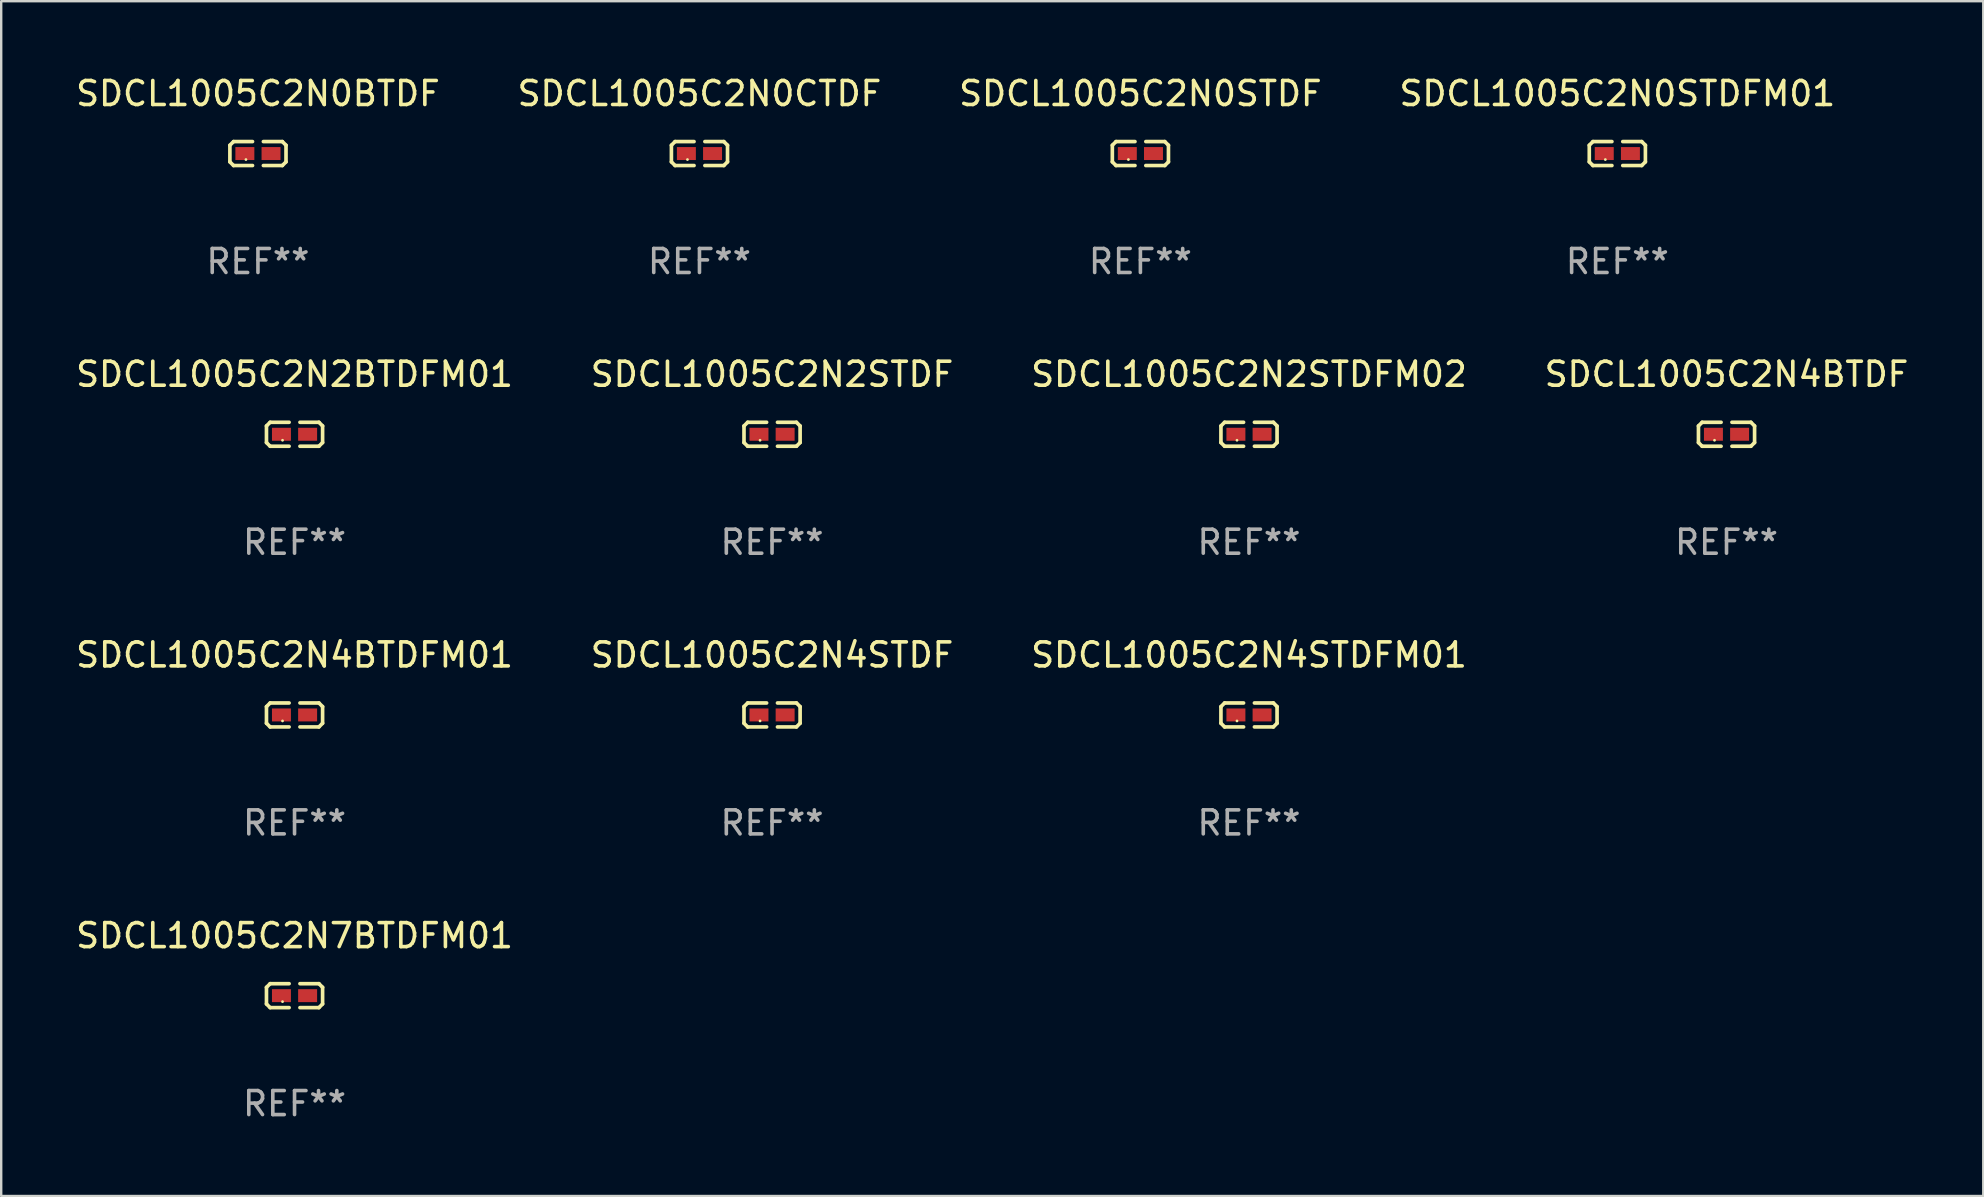
<source format=kicad_pcb>
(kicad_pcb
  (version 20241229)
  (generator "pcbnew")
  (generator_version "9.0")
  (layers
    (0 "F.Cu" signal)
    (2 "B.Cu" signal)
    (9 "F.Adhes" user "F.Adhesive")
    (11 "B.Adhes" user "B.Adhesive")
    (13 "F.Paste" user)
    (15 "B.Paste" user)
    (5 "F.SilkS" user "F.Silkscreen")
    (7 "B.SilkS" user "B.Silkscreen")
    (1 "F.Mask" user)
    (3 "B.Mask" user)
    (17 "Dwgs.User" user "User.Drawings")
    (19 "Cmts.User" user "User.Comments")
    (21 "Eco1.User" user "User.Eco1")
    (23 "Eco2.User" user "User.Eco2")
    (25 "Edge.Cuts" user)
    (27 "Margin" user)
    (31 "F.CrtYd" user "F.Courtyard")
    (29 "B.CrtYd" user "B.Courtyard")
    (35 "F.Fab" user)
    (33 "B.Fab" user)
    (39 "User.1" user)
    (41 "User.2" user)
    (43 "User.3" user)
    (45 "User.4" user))
  (footprint "SDCL1005C2N0STDF"
    (layer "F.Cu")
    (at 44.458 3.347)
    (property "Reference" "SDCL1005C2N0STDF" (at 0 -2.499 0) (layer "F.SilkS") (effects (font (size 1 1) (thickness 0.15))))
    (attr through_hole)
    (fp_line (start -1.169 -0.346) (end -1.016 -0.499) (stroke (width 0.152) (type solid)) (layer "F.SilkS"))
    (fp_line (start -1.169 0.346) (end -1.169 -0.346) (stroke (width 0.152) (type solid)) (layer "F.SilkS"))
    (fp_line (start -1.016 -0.499) (end -0.226 -0.499) (stroke (width 0.152) (type solid)) (layer "F.SilkS"))
    (fp_line (start -1.016 0.499) (end -1.169 0.346) (stroke (width 0.152) (type solid)) (layer "F.SilkS"))
    (fp_line (start -0.226 0.499) (end -1.016 0.499) (stroke (width 0.152) (type solid)) (layer "F.SilkS"))
    (fp_line (start 0.226 0.499) (end 1.016 0.499) (stroke (width 0.152) (type solid)) (layer "F.SilkS"))
    (fp_line (start 1.016 -0.499) (end 0.226 -0.499) (stroke (width 0.152) (type solid)) (layer "F.SilkS"))
    (fp_line (start 1.016 0.499) (end 1.169 0.346) (stroke (width 0.152) (type solid)) (layer "F.SilkS"))
    (fp_line (start 1.169 -0.346) (end 1.016 -0.499) (stroke (width 0.152) (type solid)) (layer "F.SilkS"))
    (fp_line (start 1.169 0.346) (end 1.169 -0.346) (stroke (width 0.152) (type solid)) (layer "F.SilkS"))
    (fp_circle (center -0.5 0.25) (end -0.47 0.25) (stroke (width 0.06) (type solid)) (fill no) (layer "F.SilkS"))
    (fp_text user "REF**" (at 0 4.499 0) (layer "F.Fab") (effects (font (size 1 1) (thickness 0.15))))
    (pad "1" smd rect (at -0.545 0) (size 0.79 0.54) (layers "F.Cu" "F.Mask" "F.Paste"))
    (pad "2" smd rect (at 0.545 0) (size 0.79 0.54) (layers "F.Cu" "F.Mask" "F.Paste")))
  (footprint "SDCL1005C2N2STDF"
    (layer "F.Cu")
    (at 29.113 15.041)
    (property "Reference" "SDCL1005C2N2STDF" (at 0 -2.499 0) (layer "F.SilkS") (effects (font (size 1 1) (thickness 0.15))))
    (attr through_hole)
    (fp_line (start -1.169 -0.346) (end -1.016 -0.499) (stroke (width 0.152) (type solid)) (layer "F.SilkS"))
    (fp_line (start -1.169 0.346) (end -1.169 -0.346) (stroke (width 0.152) (type solid)) (layer "F.SilkS"))
    (fp_line (start -1.016 -0.499) (end -0.226 -0.499) (stroke (width 0.152) (type solid)) (layer "F.SilkS"))
    (fp_line (start -1.016 0.499) (end -1.169 0.346) (stroke (width 0.152) (type solid)) (layer "F.SilkS"))
    (fp_line (start -0.226 0.499) (end -1.016 0.499) (stroke (width 0.152) (type solid)) (layer "F.SilkS"))
    (fp_line (start 0.226 0.499) (end 1.016 0.499) (stroke (width 0.152) (type solid)) (layer "F.SilkS"))
    (fp_line (start 1.016 -0.499) (end 0.226 -0.499) (stroke (width 0.152) (type solid)) (layer "F.SilkS"))
    (fp_line (start 1.016 0.499) (end 1.169 0.346) (stroke (width 0.152) (type solid)) (layer "F.SilkS"))
    (fp_line (start 1.169 -0.346) (end 1.016 -0.499) (stroke (width 0.152) (type solid)) (layer "F.SilkS"))
    (fp_line (start 1.169 0.346) (end 1.169 -0.346) (stroke (width 0.152) (type solid)) (layer "F.SilkS"))
    (fp_circle (center -0.5 0.25) (end -0.47 0.25) (stroke (width 0.06) (type solid)) (fill no) (layer "F.SilkS"))
    (fp_text user "REF**" (at 0 4.499 0) (layer "F.Fab") (effects (font (size 1 1) (thickness 0.15))))
    (pad "1" smd rect (at -0.545 0) (size 0.79 0.54) (layers "F.Cu" "F.Mask" "F.Paste"))
    (pad "2" smd rect (at 0.545 0) (size 0.79 0.54) (layers "F.Cu" "F.Mask" "F.Paste")))
  (footprint "SDCL1005C2N4BTDF"
    (layer "F.Cu")
    (at 68.875 15.041)
    (property "Reference" "SDCL1005C2N4BTDF" (at 0 -2.499 0) (layer "F.SilkS") (effects (font (size 1 1) (thickness 0.15))))
    (attr through_hole)
    (fp_line (start -1.169 -0.346) (end -1.016 -0.499) (stroke (width 0.152) (type solid)) (layer "F.SilkS"))
    (fp_line (start -1.169 0.346) (end -1.169 -0.346) (stroke (width 0.152) (type solid)) (layer "F.SilkS"))
    (fp_line (start -1.016 -0.499) (end -0.226 -0.499) (stroke (width 0.152) (type solid)) (layer "F.SilkS"))
    (fp_line (start -1.016 0.499) (end -1.169 0.346) (stroke (width 0.152) (type solid)) (layer "F.SilkS"))
    (fp_line (start -0.226 0.499) (end -1.016 0.499) (stroke (width 0.152) (type solid)) (layer "F.SilkS"))
    (fp_line (start 0.226 0.499) (end 1.016 0.499) (stroke (width 0.152) (type solid)) (layer "F.SilkS"))
    (fp_line (start 1.016 -0.499) (end 0.226 -0.499) (stroke (width 0.152) (type solid)) (layer "F.SilkS"))
    (fp_line (start 1.016 0.499) (end 1.169 0.346) (stroke (width 0.152) (type solid)) (layer "F.SilkS"))
    (fp_line (start 1.169 -0.346) (end 1.016 -0.499) (stroke (width 0.152) (type solid)) (layer "F.SilkS"))
    (fp_line (start 1.169 0.346) (end 1.169 -0.346) (stroke (width 0.152) (type solid)) (layer "F.SilkS"))
    (fp_circle (center -0.5 0.25) (end -0.47 0.25) (stroke (width 0.06) (type solid)) (fill no) (layer "F.SilkS"))
    (fp_text user "REF**" (at 0 4.499 0) (layer "F.Fab") (effects (font (size 1 1) (thickness 0.15))))
    (pad "1" smd rect (at -0.545 0) (size 0.79 0.54) (layers "F.Cu" "F.Mask" "F.Paste"))
    (pad "2" smd rect (at 0.545 0) (size 0.79 0.54) (layers "F.Cu" "F.Mask" "F.Paste")))
  (footprint "SDCL1005C2N7BTDFM01"
    (layer "F.Cu")
    (at 9.22 38.428)
    (property "Reference" "SDCL1005C2N7BTDFM01" (at 0 -2.499 0) (layer "F.SilkS") (effects (font (size 1 1) (thickness 0.15))))
    (attr through_hole)
    (fp_line (start -1.169 -0.346) (end -1.016 -0.499) (stroke (width 0.152) (type solid)) (layer "F.SilkS"))
    (fp_line (start -1.169 0.346) (end -1.169 -0.346) (stroke (width 0.152) (type solid)) (layer "F.SilkS"))
    (fp_line (start -1.016 -0.499) (end -0.226 -0.499) (stroke (width 0.152) (type solid)) (layer "F.SilkS"))
    (fp_line (start -1.016 0.499) (end -1.169 0.346) (stroke (width 0.152) (type solid)) (layer "F.SilkS"))
    (fp_line (start -0.226 0.499) (end -1.016 0.499) (stroke (width 0.152) (type solid)) (layer "F.SilkS"))
    (fp_line (start 0.226 0.499) (end 1.016 0.499) (stroke (width 0.152) (type solid)) (layer "F.SilkS"))
    (fp_line (start 1.016 -0.499) (end 0.226 -0.499) (stroke (width 0.152) (type solid)) (layer "F.SilkS"))
    (fp_line (start 1.016 0.499) (end 1.169 0.346) (stroke (width 0.152) (type solid)) (layer "F.SilkS"))
    (fp_line (start 1.169 -0.346) (end 1.016 -0.499) (stroke (width 0.152) (type solid)) (layer "F.SilkS"))
    (fp_line (start 1.169 0.346) (end 1.169 -0.346) (stroke (width 0.152) (type solid)) (layer "F.SilkS"))
    (fp_circle (center -0.5 0.25) (end -0.47 0.25) (stroke (width 0.06) (type solid)) (fill no) (layer "F.SilkS"))
    (fp_text user "REF**" (at 0 4.499 0) (layer "F.Fab") (effects (font (size 1 1) (thickness 0.15))))
    (pad "1" smd rect (at -0.545 0) (size 0.79 0.54) (layers "F.Cu" "F.Mask" "F.Paste"))
    (pad "2" smd rect (at 0.545 0) (size 0.79 0.54) (layers "F.Cu" "F.Mask" "F.Paste")))
  (footprint "SDCL1005C2N2BTDFM01"
    (layer "F.Cu")
    (at 9.22 15.041)
    (property "Reference" "SDCL1005C2N2BTDFM01" (at 0 -2.499 0) (layer "F.SilkS") (effects (font (size 1 1) (thickness 0.15))))
    (attr through_hole)
    (fp_line (start -1.169 -0.346) (end -1.016 -0.499) (stroke (width 0.152) (type solid)) (layer "F.SilkS"))
    (fp_line (start -1.169 0.346) (end -1.169 -0.346) (stroke (width 0.152) (type solid)) (layer "F.SilkS"))
    (fp_line (start -1.016 -0.499) (end -0.226 -0.499) (stroke (width 0.152) (type solid)) (layer "F.SilkS"))
    (fp_line (start -1.016 0.499) (end -1.169 0.346) (stroke (width 0.152) (type solid)) (layer "F.SilkS"))
    (fp_line (start -0.226 0.499) (end -1.016 0.499) (stroke (width 0.152) (type solid)) (layer "F.SilkS"))
    (fp_line (start 0.226 0.499) (end 1.016 0.499) (stroke (width 0.152) (type solid)) (layer "F.SilkS"))
    (fp_line (start 1.016 -0.499) (end 0.226 -0.499) (stroke (width 0.152) (type solid)) (layer "F.SilkS"))
    (fp_line (start 1.016 0.499) (end 1.169 0.346) (stroke (width 0.152) (type solid)) (layer "F.SilkS"))
    (fp_line (start 1.169 -0.346) (end 1.016 -0.499) (stroke (width 0.152) (type solid)) (layer "F.SilkS"))
    (fp_line (start 1.169 0.346) (end 1.169 -0.346) (stroke (width 0.152) (type solid)) (layer "F.SilkS"))
    (fp_circle (center -0.5 0.25) (end -0.47 0.25) (stroke (width 0.06) (type solid)) (fill no) (layer "F.SilkS"))
    (fp_text user "REF**" (at 0 4.499 0) (layer "F.Fab") (effects (font (size 1 1) (thickness 0.15))))
    (pad "1" smd rect (at -0.545 0) (size 0.79 0.54) (layers "F.Cu" "F.Mask" "F.Paste"))
    (pad "2" smd rect (at 0.545 0) (size 0.79 0.54) (layers "F.Cu" "F.Mask" "F.Paste")))
  (footprint "SDCL1005C2N0BTDF"
    (layer "F.Cu")
    (at 7.696 3.347)
    (property "Reference" "SDCL1005C2N0BTDF" (at 0 -2.499 0) (layer "F.SilkS") (effects (font (size 1 1) (thickness 0.15))))
    (attr through_hole)
    (fp_line (start -1.169 -0.346) (end -1.016 -0.499) (stroke (width 0.152) (type solid)) (layer "F.SilkS"))
    (fp_line (start -1.169 0.346) (end -1.169 -0.346) (stroke (width 0.152) (type solid)) (layer "F.SilkS"))
    (fp_line (start -1.016 -0.499) (end -0.226 -0.499) (stroke (width 0.152) (type solid)) (layer "F.SilkS"))
    (fp_line (start -1.016 0.499) (end -1.169 0.346) (stroke (width 0.152) (type solid)) (layer "F.SilkS"))
    (fp_line (start -0.226 0.499) (end -1.016 0.499) (stroke (width 0.152) (type solid)) (layer "F.SilkS"))
    (fp_line (start 0.226 0.499) (end 1.016 0.499) (stroke (width 0.152) (type solid)) (layer "F.SilkS"))
    (fp_line (start 1.016 -0.499) (end 0.226 -0.499) (stroke (width 0.152) (type solid)) (layer "F.SilkS"))
    (fp_line (start 1.016 0.499) (end 1.169 0.346) (stroke (width 0.152) (type solid)) (layer "F.SilkS"))
    (fp_line (start 1.169 -0.346) (end 1.016 -0.499) (stroke (width 0.152) (type solid)) (layer "F.SilkS"))
    (fp_line (start 1.169 0.346) (end 1.169 -0.346) (stroke (width 0.152) (type solid)) (layer "F.SilkS"))
    (fp_circle (center -0.5 0.25) (end -0.47 0.25) (stroke (width 0.06) (type solid)) (fill no) (layer "F.SilkS"))
    (fp_text user "REF**" (at 0 4.499 0) (layer "F.Fab") (effects (font (size 1 1) (thickness 0.15))))
    (pad "1" smd rect (at -0.545 0) (size 0.79 0.54) (layers "F.Cu" "F.Mask" "F.Paste"))
    (pad "2" smd rect (at 0.545 0) (size 0.79 0.54) (layers "F.Cu" "F.Mask" "F.Paste")))
  (footprint "SDCL1005C2N0CTDF"
    (layer "F.Cu")
    (at 26.089 3.347)
    (property "Reference" "SDCL1005C2N0CTDF" (at 0 -2.499 0) (layer "F.SilkS") (effects (font (size 1 1) (thickness 0.15))))
    (attr through_hole)
    (fp_line (start -1.169 -0.346) (end -1.016 -0.499) (stroke (width 0.152) (type solid)) (layer "F.SilkS"))
    (fp_line (start -1.169 0.346) (end -1.169 -0.346) (stroke (width 0.152) (type solid)) (layer "F.SilkS"))
    (fp_line (start -1.016 -0.499) (end -0.226 -0.499) (stroke (width 0.152) (type solid)) (layer "F.SilkS"))
    (fp_line (start -1.016 0.499) (end -1.169 0.346) (stroke (width 0.152) (type solid)) (layer "F.SilkS"))
    (fp_line (start -0.226 0.499) (end -1.016 0.499) (stroke (width 0.152) (type solid)) (layer "F.SilkS"))
    (fp_line (start 0.226 0.499) (end 1.016 0.499) (stroke (width 0.152) (type solid)) (layer "F.SilkS"))
    (fp_line (start 1.016 -0.499) (end 0.226 -0.499) (stroke (width 0.152) (type solid)) (layer "F.SilkS"))
    (fp_line (start 1.016 0.499) (end 1.169 0.346) (stroke (width 0.152) (type solid)) (layer "F.SilkS"))
    (fp_line (start 1.169 -0.346) (end 1.016 -0.499) (stroke (width 0.152) (type solid)) (layer "F.SilkS"))
    (fp_line (start 1.169 0.346) (end 1.169 -0.346) (stroke (width 0.152) (type solid)) (layer "F.SilkS"))
    (fp_circle (center -0.5 0.25) (end -0.47 0.25) (stroke (width 0.06) (type solid)) (fill no) (layer "F.SilkS"))
    (fp_text user "REF**" (at 0 4.499 0) (layer "F.Fab") (effects (font (size 1 1) (thickness 0.15))))
    (pad "1" smd rect (at -0.545 0) (size 0.79 0.54) (layers "F.Cu" "F.Mask" "F.Paste"))
    (pad "2" smd rect (at 0.545 0) (size 0.79 0.54) (layers "F.Cu" "F.Mask" "F.Paste")))
  (footprint "SDCL1005C2N4STDFM01"
    (layer "F.Cu")
    (at 48.982 26.734)
    (property "Reference" "SDCL1005C2N4STDFM01" (at 0 -2.499 0) (layer "F.SilkS") (effects (font (size 1 1) (thickness 0.15))))
    (attr through_hole)
    (fp_line (start -1.169 -0.346) (end -1.016 -0.499) (stroke (width 0.152) (type solid)) (layer "F.SilkS"))
    (fp_line (start -1.169 0.346) (end -1.169 -0.346) (stroke (width 0.152) (type solid)) (layer "F.SilkS"))
    (fp_line (start -1.016 -0.499) (end -0.226 -0.499) (stroke (width 0.152) (type solid)) (layer "F.SilkS"))
    (fp_line (start -1.016 0.499) (end -1.169 0.346) (stroke (width 0.152) (type solid)) (layer "F.SilkS"))
    (fp_line (start -0.226 0.499) (end -1.016 0.499) (stroke (width 0.152) (type solid)) (layer "F.SilkS"))
    (fp_line (start 0.226 0.499) (end 1.016 0.499) (stroke (width 0.152) (type solid)) (layer "F.SilkS"))
    (fp_line (start 1.016 -0.499) (end 0.226 -0.499) (stroke (width 0.152) (type solid)) (layer "F.SilkS"))
    (fp_line (start 1.016 0.499) (end 1.169 0.346) (stroke (width 0.152) (type solid)) (layer "F.SilkS"))
    (fp_line (start 1.169 -0.346) (end 1.016 -0.499) (stroke (width 0.152) (type solid)) (layer "F.SilkS"))
    (fp_line (start 1.169 0.346) (end 1.169 -0.346) (stroke (width 0.152) (type solid)) (layer "F.SilkS"))
    (fp_circle (center -0.5 0.25) (end -0.47 0.25) (stroke (width 0.06) (type solid)) (fill no) (layer "F.SilkS"))
    (fp_text user "REF**" (at 0 4.499 0) (layer "F.Fab") (effects (font (size 1 1) (thickness 0.15))))
    (pad "1" smd rect (at -0.545 0) (size 0.79 0.54) (layers "F.Cu" "F.Mask" "F.Paste"))
    (pad "2" smd rect (at 0.545 0) (size 0.79 0.54) (layers "F.Cu" "F.Mask" "F.Paste")))
  (footprint "SDCL1005C2N4BTDFM01"
    (layer "F.Cu")
    (at 9.22 26.734)
    (property "Reference" "SDCL1005C2N4BTDFM01" (at 0 -2.499 0) (layer "F.SilkS") (effects (font (size 1 1) (thickness 0.15))))
    (attr through_hole)
    (fp_line (start -1.169 -0.346) (end -1.016 -0.499) (stroke (width 0.152) (type solid)) (layer "F.SilkS"))
    (fp_line (start -1.169 0.346) (end -1.169 -0.346) (stroke (width 0.152) (type solid)) (layer "F.SilkS"))
    (fp_line (start -1.016 -0.499) (end -0.226 -0.499) (stroke (width 0.152) (type solid)) (layer "F.SilkS"))
    (fp_line (start -1.016 0.499) (end -1.169 0.346) (stroke (width 0.152) (type solid)) (layer "F.SilkS"))
    (fp_line (start -0.226 0.499) (end -1.016 0.499) (stroke (width 0.152) (type solid)) (layer "F.SilkS"))
    (fp_line (start 0.226 0.499) (end 1.016 0.499) (stroke (width 0.152) (type solid)) (layer "F.SilkS"))
    (fp_line (start 1.016 -0.499) (end 0.226 -0.499) (stroke (width 0.152) (type solid)) (layer "F.SilkS"))
    (fp_line (start 1.016 0.499) (end 1.169 0.346) (stroke (width 0.152) (type solid)) (layer "F.SilkS"))
    (fp_line (start 1.169 -0.346) (end 1.016 -0.499) (stroke (width 0.152) (type solid)) (layer "F.SilkS"))
    (fp_line (start 1.169 0.346) (end 1.169 -0.346) (stroke (width 0.152) (type solid)) (layer "F.SilkS"))
    (fp_circle (center -0.5 0.25) (end -0.47 0.25) (stroke (width 0.06) (type solid)) (fill no) (layer "F.SilkS"))
    (fp_text user "REF**" (at 0 4.499 0) (layer "F.Fab") (effects (font (size 1 1) (thickness 0.15))))
    (pad "1" smd rect (at -0.545 0) (size 0.79 0.54) (layers "F.Cu" "F.Mask" "F.Paste"))
    (pad "2" smd rect (at 0.545 0) (size 0.79 0.54) (layers "F.Cu" "F.Mask" "F.Paste")))
  (footprint "SDCL1005C2N0STDFM01"
    (layer "F.Cu")
    (at 64.327 3.347)
    (property "Reference" "SDCL1005C2N0STDFM01" (at 0 -2.499 0) (layer "F.SilkS") (effects (font (size 1 1) (thickness 0.15))))
    (attr through_hole)
    (fp_line (start -1.169 -0.346) (end -1.016 -0.499) (stroke (width 0.152) (type solid)) (layer "F.SilkS"))
    (fp_line (start -1.169 0.346) (end -1.169 -0.346) (stroke (width 0.152) (type solid)) (layer "F.SilkS"))
    (fp_line (start -1.016 -0.499) (end -0.226 -0.499) (stroke (width 0.152) (type solid)) (layer "F.SilkS"))
    (fp_line (start -1.016 0.499) (end -1.169 0.346) (stroke (width 0.152) (type solid)) (layer "F.SilkS"))
    (fp_line (start -0.226 0.499) (end -1.016 0.499) (stroke (width 0.152) (type solid)) (layer "F.SilkS"))
    (fp_line (start 0.226 0.499) (end 1.016 0.499) (stroke (width 0.152) (type solid)) (layer "F.SilkS"))
    (fp_line (start 1.016 -0.499) (end 0.226 -0.499) (stroke (width 0.152) (type solid)) (layer "F.SilkS"))
    (fp_line (start 1.016 0.499) (end 1.169 0.346) (stroke (width 0.152) (type solid)) (layer "F.SilkS"))
    (fp_line (start 1.169 -0.346) (end 1.016 -0.499) (stroke (width 0.152) (type solid)) (layer "F.SilkS"))
    (fp_line (start 1.169 0.346) (end 1.169 -0.346) (stroke (width 0.152) (type solid)) (layer "F.SilkS"))
    (fp_circle (center -0.5 0.25) (end -0.47 0.25) (stroke (width 0.06) (type solid)) (fill no) (layer "F.SilkS"))
    (fp_text user "REF**" (at 0 4.499 0) (layer "F.Fab") (effects (font (size 1 1) (thickness 0.15))))
    (pad "1" smd rect (at -0.545 0) (size 0.79 0.54) (layers "F.Cu" "F.Mask" "F.Paste"))
    (pad "2" smd rect (at 0.545 0) (size 0.79 0.54) (layers "F.Cu" "F.Mask" "F.Paste")))
  (footprint "SDCL1005C2N4STDF"
    (layer "F.Cu")
    (at 29.113 26.734)
    (property "Reference" "SDCL1005C2N4STDF" (at 0 -2.499 0) (layer "F.SilkS") (effects (font (size 1 1) (thickness 0.15))))
    (attr through_hole)
    (fp_line (start -1.169 -0.346) (end -1.016 -0.499) (stroke (width 0.152) (type solid)) (layer "F.SilkS"))
    (fp_line (start -1.169 0.346) (end -1.169 -0.346) (stroke (width 0.152) (type solid)) (layer "F.SilkS"))
    (fp_line (start -1.016 -0.499) (end -0.226 -0.499) (stroke (width 0.152) (type solid)) (layer "F.SilkS"))
    (fp_line (start -1.016 0.499) (end -1.169 0.346) (stroke (width 0.152) (type solid)) (layer "F.SilkS"))
    (fp_line (start -0.226 0.499) (end -1.016 0.499) (stroke (width 0.152) (type solid)) (layer "F.SilkS"))
    (fp_line (start 0.226 0.499) (end 1.016 0.499) (stroke (width 0.152) (type solid)) (layer "F.SilkS"))
    (fp_line (start 1.016 -0.499) (end 0.226 -0.499) (stroke (width 0.152) (type solid)) (layer "F.SilkS"))
    (fp_line (start 1.016 0.499) (end 1.169 0.346) (stroke (width 0.152) (type solid)) (layer "F.SilkS"))
    (fp_line (start 1.169 -0.346) (end 1.016 -0.499) (stroke (width 0.152) (type solid)) (layer "F.SilkS"))
    (fp_line (start 1.169 0.346) (end 1.169 -0.346) (stroke (width 0.152) (type solid)) (layer "F.SilkS"))
    (fp_circle (center -0.5 0.25) (end -0.47 0.25) (stroke (width 0.06) (type solid)) (fill no) (layer "F.SilkS"))
    (fp_text user "REF**" (at 0 4.499 0) (layer "F.Fab") (effects (font (size 1 1) (thickness 0.15))))
    (pad "1" smd rect (at -0.545 0) (size 0.79 0.54) (layers "F.Cu" "F.Mask" "F.Paste"))
    (pad "2" smd rect (at 0.545 0) (size 0.79 0.54) (layers "F.Cu" "F.Mask" "F.Paste")))
  (footprint "SDCL1005C2N2STDFM02"
    (layer "F.Cu")
    (at 48.982 15.041)
    (property "Reference" "SDCL1005C2N2STDFM02" (at 0 -2.499 0) (layer "F.SilkS") (effects (font (size 1 1) (thickness 0.15))))
    (attr through_hole)
    (fp_line (start -1.169 -0.346) (end -1.016 -0.499) (stroke (width 0.152) (type solid)) (layer "F.SilkS"))
    (fp_line (start -1.169 0.346) (end -1.169 -0.346) (stroke (width 0.152) (type solid)) (layer "F.SilkS"))
    (fp_line (start -1.016 -0.499) (end -0.226 -0.499) (stroke (width 0.152) (type solid)) (layer "F.SilkS"))
    (fp_line (start -1.016 0.499) (end -1.169 0.346) (stroke (width 0.152) (type solid)) (layer "F.SilkS"))
    (fp_line (start -0.226 0.499) (end -1.016 0.499) (stroke (width 0.152) (type solid)) (layer "F.SilkS"))
    (fp_line (start 0.226 0.499) (end 1.016 0.499) (stroke (width 0.152) (type solid)) (layer "F.SilkS"))
    (fp_line (start 1.016 -0.499) (end 0.226 -0.499) (stroke (width 0.152) (type solid)) (layer "F.SilkS"))
    (fp_line (start 1.016 0.499) (end 1.169 0.346) (stroke (width 0.152) (type solid)) (layer "F.SilkS"))
    (fp_line (start 1.169 -0.346) (end 1.016 -0.499) (stroke (width 0.152) (type solid)) (layer "F.SilkS"))
    (fp_line (start 1.169 0.346) (end 1.169 -0.346) (stroke (width 0.152) (type solid)) (layer "F.SilkS"))
    (fp_circle (center -0.5 0.25) (end -0.47 0.25) (stroke (width 0.06) (type solid)) (fill no) (layer "F.SilkS"))
    (fp_text user "REF**" (at 0 4.499 0) (layer "F.Fab") (effects (font (size 1 1) (thickness 0.15))))
    (pad "1" smd rect (at -0.545 0) (size 0.79 0.54) (layers "F.Cu" "F.Mask" "F.Paste"))
    (pad "2" smd rect (at 0.545 0) (size 0.79 0.54) (layers "F.Cu" "F.Mask" "F.Paste")))
  (gr_rect
    (start -3 -3)
    (end 79.571 46.775)
    (stroke (width 0.1) (type default))
    (fill no)
    (layer "Edge.Cuts")))
</source>
